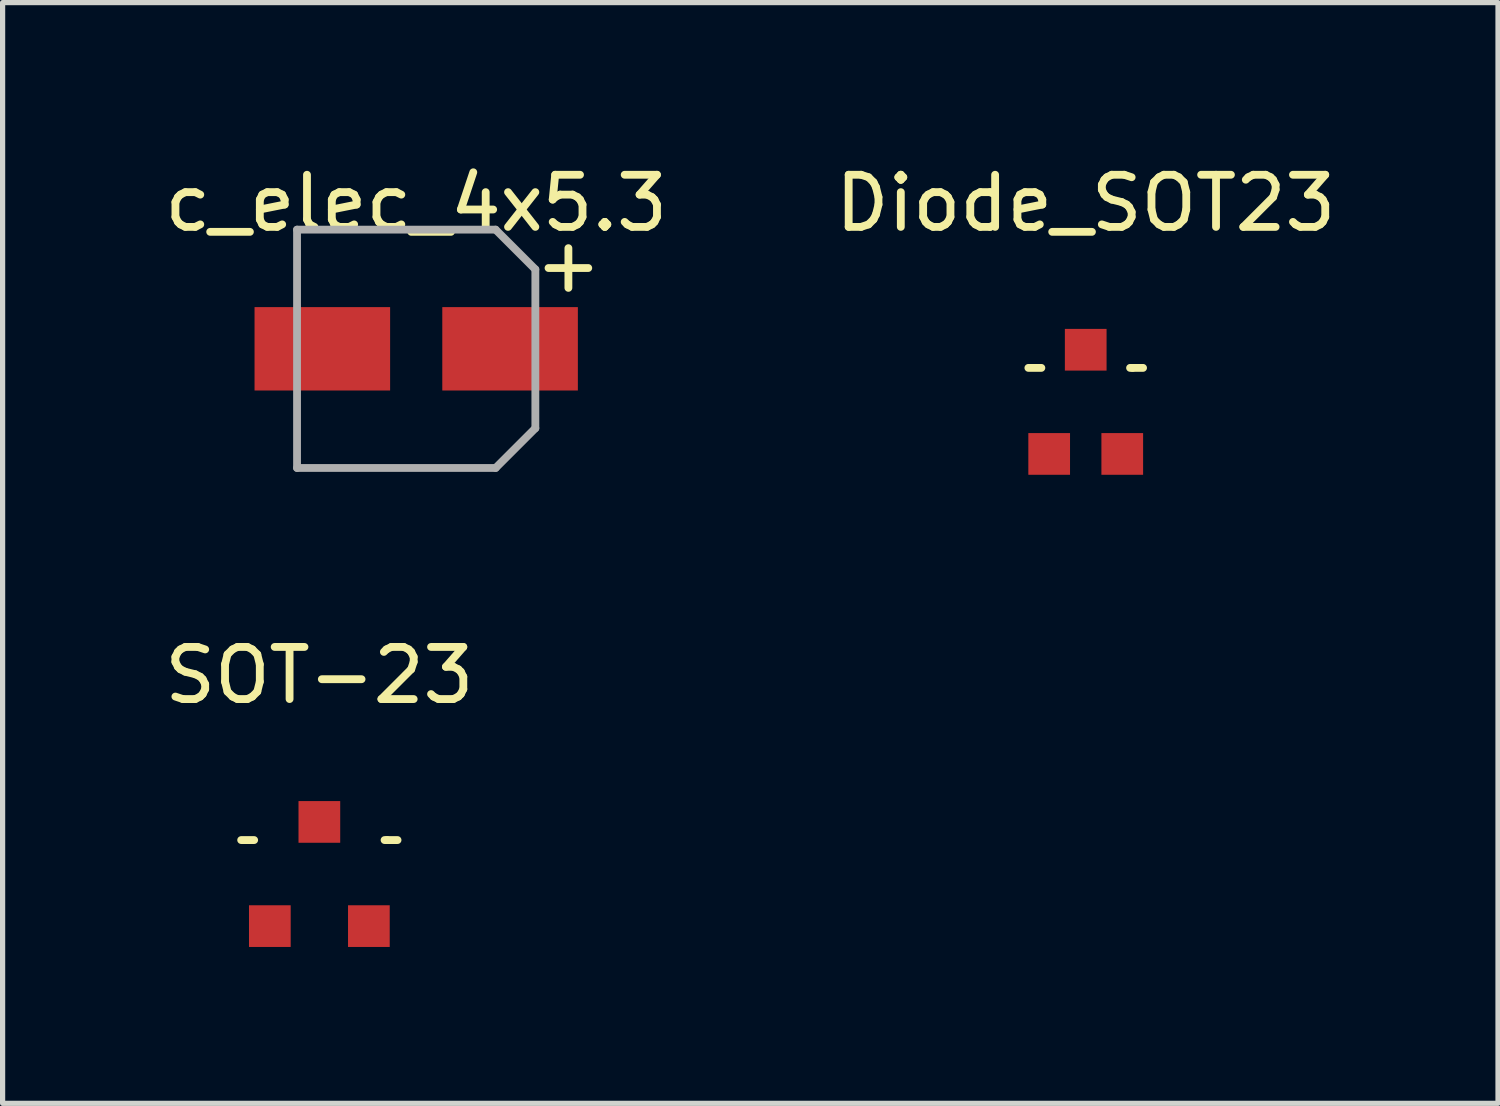
<source format=kicad_pcb>
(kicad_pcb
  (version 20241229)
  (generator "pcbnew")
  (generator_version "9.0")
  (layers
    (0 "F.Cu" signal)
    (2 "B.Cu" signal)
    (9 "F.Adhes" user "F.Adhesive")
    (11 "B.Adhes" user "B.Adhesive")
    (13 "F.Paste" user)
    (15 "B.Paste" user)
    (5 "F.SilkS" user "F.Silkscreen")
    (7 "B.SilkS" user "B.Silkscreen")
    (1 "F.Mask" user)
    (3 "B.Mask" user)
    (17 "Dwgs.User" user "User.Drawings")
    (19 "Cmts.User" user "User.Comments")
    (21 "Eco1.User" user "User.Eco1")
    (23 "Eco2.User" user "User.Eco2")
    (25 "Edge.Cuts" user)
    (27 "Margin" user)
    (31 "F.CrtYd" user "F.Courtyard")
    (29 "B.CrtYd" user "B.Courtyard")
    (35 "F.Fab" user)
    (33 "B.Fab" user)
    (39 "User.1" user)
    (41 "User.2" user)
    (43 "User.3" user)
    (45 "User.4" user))
  (footprint "Diode_SOT23"
    (layer "F.Cu")
    (at 17.78 4.658)
    (property "Reference" "Diode_SOT23" (at 0 -3.81 0) (layer "F.SilkS") (effects (font (size 1 1) (thickness 0.15))))
    (attr smd)
    (fp_line (start -1.1 -0.65) (end -0.851 -0.65) (stroke (width 0.15) (type solid)) (layer "F.SilkS"))
    (fp_line (start 0.899 -0.65) (end 0.851 -0.65) (stroke (width 0.15) (type solid)) (layer "F.SilkS"))
    (fp_line (start 0.899 -0.65) (end 1.1 -0.65) (stroke (width 0.15) (type solid)) (layer "F.SilkS"))
    (pad "1" smd rect (at -0.701 1.001) (size 0.8 0.8) (layers "F.Cu" "F.Mask" "F.Paste"))
    (pad "2" smd rect (at 0.701 1.001) (size 0.8 0.8) (layers "F.Cu" "F.Mask" "F.Paste"))
    (pad "3" smd rect (at 0 -0.998) (size 0.8 0.8) (layers "F.Cu" "F.Mask" "F.Paste")))
  (footprint "c_elec_4x5.3"
    (layer "F.Cu")
    (at 4.935 3.642)
    (property "Reference" "c_elec_4x5.3" (at 0 -2.794 0) (layer "F.SilkS") (effects (font (size 1 1) (thickness 0.15))))
    (attr through_hole)
    (fp_line (start 2.92 -1.931) (end 2.92 -1.169) (stroke (width 0.15) (type solid)) (layer "F.SilkS"))
    (fp_line (start 3.301 -1.55) (end 2.539 -1.55) (stroke (width 0.15) (type solid)) (layer "F.SilkS"))
    (fp_line (start -2.286 -2.286) (end -2.286 2.286) (stroke (width 0.15) (type solid)) (layer "F.Fab"))
    (fp_line (start 1.524 -2.286) (end -2.286 -2.286) (stroke (width 0.15) (type solid)) (layer "F.Fab"))
    (fp_line (start 1.524 -2.286) (end 2.286 -1.524) (stroke (width 0.15) (type solid)) (layer "F.Fab"))
    (fp_line (start 1.524 2.286) (end -2.286 2.286) (stroke (width 0.15) (type solid)) (layer "F.Fab"))
    (fp_line (start 1.524 2.286) (end 2.286 1.524) (stroke (width 0.15) (type solid)) (layer "F.Fab"))
    (fp_line (start 2.286 -1.524) (end 2.286 1.524) (stroke (width 0.15) (type solid)) (layer "F.Fab"))
    (pad "1" smd rect (at 1.801 0) (size 2.601 1.6) (layers "F.Cu" "F.Mask" "F.Paste"))
    (pad "2" smd rect (at -1.801 0) (size 2.601 1.6) (layers "F.Cu" "F.Mask" "F.Paste")))
  (footprint "SOT-23"
    (layer "F.Cu")
    (at 3.077 13.717)
    (property "Reference" "SOT-23" (at 0 -3.81 0) (layer "F.SilkS") (effects (font (size 1 1) (thickness 0.15))))
    (attr smd)
    (fp_line (start -1.5 -0.65) (end -1.251 -0.65) (stroke (width 0.15) (type solid)) (layer "F.SilkS"))
    (fp_line (start 1.299 -0.65) (end 1.251 -0.65) (stroke (width 0.15) (type solid)) (layer "F.SilkS"))
    (fp_line (start 1.299 -0.65) (end 1.5 -0.65) (stroke (width 0.15) (type solid)) (layer "F.SilkS"))
    (pad "1" smd rect (at -0.95 1.001) (size 0.8 0.8) (layers "F.Cu" "F.Mask" "F.Paste"))
    (pad "2" smd rect (at 0.95 1.001) (size 0.8 0.8) (layers "F.Cu" "F.Mask" "F.Paste"))
    (pad "3" smd rect (at 0 -0.998) (size 0.8 0.8) (layers "F.Cu" "F.Mask" "F.Paste")))
  (gr_rect
    (start -3 -3)
    (end 25.69 18.118)
    (stroke (width 0.1) (type default))
    (fill no)
    (layer "Edge.Cuts")))
</source>
